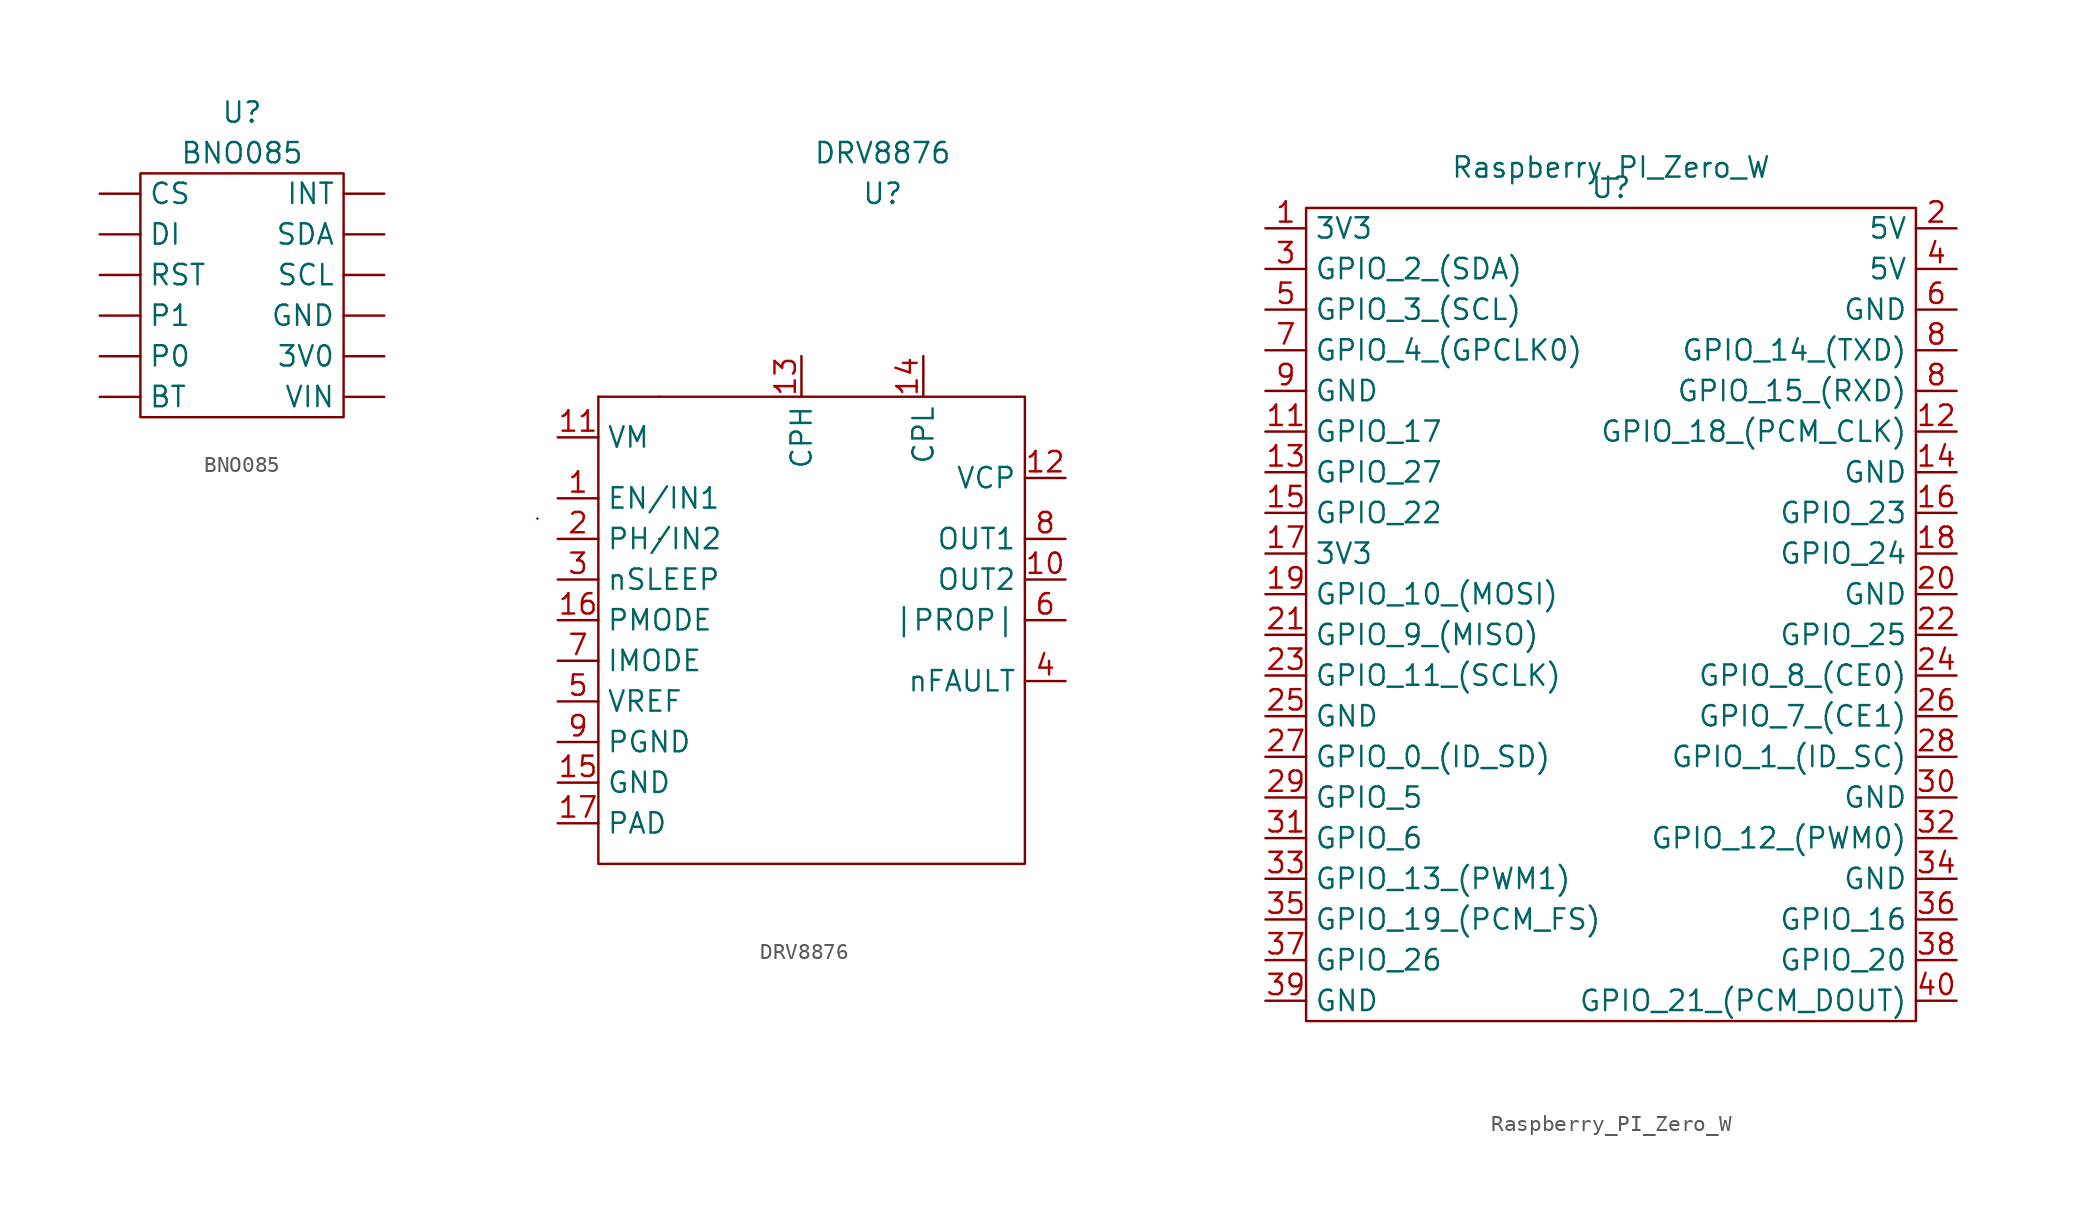
<source format=kicad_sym>
(kicad_symbol_lib
  (version 20211014)
  (generator kicad_symbol_editor)
  (symbol "BNO085"
    (property "Reference" "U"
      (at 0 2.54 0)
      (effects (font (size 1.27 1.27))))
    (property "Value" "BNO085"
      (at 0 0 0)
      (effects (font (size 1.27 1.27))))
    (symbol "BNO085_0_1"
      (rectangle (start -6.35 -1.27) (end 6.35 -16.51) (stroke (width 0) (type default) (color 0 0 0 0)) (fill (type none))))
    (symbol "BNO085_1_1"
      (pin input line (at 8.89 -12.7 180) (length 2.54) (name "3V0" (effects (font (size 1.27 1.27)))) (number "" (effects (font (size 1.27 1.27)))))
      (pin input line (at -8.89 -15.24 0) (length 2.54) (name "BT" (effects (font (size 1.27 1.27)))) (number "" (effects (font (size 1.27 1.27)))))
      (pin input line (at -8.89 -2.54 0) (length 2.54) (name "CS" (effects (font (size 1.27 1.27)))) (number "" (effects (font (size 1.27 1.27)))))
      (pin input line (at -8.89 -5.08 0) (length 2.54) (name "DI" (effects (font (size 1.27 1.27)))) (number "" (effects (font (size 1.27 1.27)))))
      (pin input line (at 8.89 -10.16 180) (length 2.54) (name "GND" (effects (font (size 1.27 1.27)))) (number "" (effects (font (size 1.27 1.27)))))
      (pin input line (at 8.89 -2.54 180) (length 2.54) (name "INT" (effects (font (size 1.27 1.27)))) (number "" (effects (font (size 1.27 1.27)))))
      (pin input line (at -8.89 -12.7 0) (length 2.54) (name "P0" (effects (font (size 1.27 1.27)))) (number "" (effects (font (size 1.27 1.27)))))
      (pin input line (at -8.89 -10.16 0) (length 2.54) (name "P1" (effects (font (size 1.27 1.27)))) (number "" (effects (font (size 1.27 1.27)))))
      (pin input line (at -8.89 -7.62 0) (length 2.54) (name "RST" (effects (font (size 1.27 1.27)))) (number "" (effects (font (size 1.27 1.27)))))
      (pin bidirectional line (at 8.89 -7.62 180) (length 2.54) (name "SCL" (effects (font (size 1.27 1.27)))) (number "" (effects (font (size 1.27 1.27)))))
      (pin bidirectional line (at 8.89 -5.08 180) (length 2.54) (name "SDA" (effects (font (size 1.27 1.27)))) (number "" (effects (font (size 1.27 1.27)))))
      (pin input line (at 8.89 -15.24 180) (length 2.54) (name "VIN" (effects (font (size 1.27 1.27)))) (number "" (effects (font (size 1.27 1.27)))))))
  (symbol "DRV8876"
    (property "Reference" "U"
      (at 2.54 3.81 0)
      (effects (font (size 1.27 1.27))))
    (property "Value" "DRV8876"
      (at 2.54 6.35 0)
      (effects (font (size 1.27 1.27))))
    (symbol "DRV8876_0_1"
      (rectangle (start -19.05 -16.51) (end -19.05 -16.51) (stroke (width 0) (type default) (color 0 0 0 0)) (fill (type none)))
      (rectangle (start -15.24 -8.89) (end -15.24 -8.89) (stroke (width 0) (type default) (color 0 0 0 0)) (fill (type none)))
      (rectangle (start -15.24 -8.89) (end 11.43 -38.1) (stroke (width 0) (type default) (color 0 0 0 0)) (fill (type none)))
      (rectangle (start -11.43 -17.78) (end -11.43 -17.78) (stroke (width 0) (type default) (color 0 0 0 0)) (fill (type none)))
      (rectangle (start -11.43 -8.89) (end -11.43 -8.89) (stroke (width 0) (type default) (color 0 0 0 0)) (fill (type none))))
    (symbol "DRV8876_1_1"
      (pin input line (at -17.78 -15.24 0) (length 2.54) (name "EN/IN1" (effects (font (size 1.27 1.27)))) (number "1" (effects (font (size 1.27 1.27)))))
      (pin output line (at 13.97 -20.32 180) (length 2.54) (name "OUT2" (effects (font (size 1.27 1.27)))) (number "10" (effects (font (size 1.27 1.27)))))
      (pin unspecified line (at -17.78 -11.43 0) (length 2.54) (name "VM" (effects (font (size 1.27 1.27)))) (number "11" (effects (font (size 1.27 1.27)))))
      (pin unspecified line (at 13.97 -13.97 180) (length 2.54) (name "VCP" (effects (font (size 1.27 1.27)))) (number "12" (effects (font (size 1.27 1.27)))))
      (pin unspecified line (at -2.54 -6.35 270) (length 2.54) (name "CPH" (effects (font (size 1.27 1.27)))) (number "13" (effects (font (size 1.27 1.27)))))
      (pin unspecified line (at 5.08 -6.35 270) (length 2.54) (name "CPL" (effects (font (size 1.27 1.27)))) (number "14" (effects (font (size 1.27 1.27)))))
      (pin power_in line (at -17.78 -33.02 0) (length 2.54) (name "GND" (effects (font (size 1.27 1.27)))) (number "15" (effects (font (size 1.27 1.27)))))
      (pin input line (at -17.78 -22.86 0) (length 2.54) (name "PMODE" (effects (font (size 1.27 1.27)))) (number "16" (effects (font (size 1.27 1.27)))))
      (pin power_in line (at -17.78 -35.56 0) (length 2.54) (name "PAD" (effects (font (size 1.27 1.27)))) (number "17" (effects (font (size 1.27 1.27)))))
      (pin input line (at -17.78 -17.78 0) (length 2.54) (name "PH/IN2" (effects (font (size 1.27 1.27)))) (number "2" (effects (font (size 1.27 1.27)))))
      (pin input line (at -17.78 -20.32 0) (length 2.54) (name "nSLEEP" (effects (font (size 1.27 1.27)))) (number "3" (effects (font (size 1.27 1.27)))))
      (pin output line (at 13.97 -26.67 180) (length 2.54) (name "nFAULT" (effects (font (size 1.27 1.27)))) (number "4" (effects (font (size 1.27 1.27)))))
      (pin input line (at -17.78 -27.94 0) (length 2.54) (name "VREF" (effects (font (size 1.27 1.27)))) (number "5" (effects (font (size 1.27 1.27)))))
      (pin output line (at 13.97 -22.86 180) (length 2.54) (name "|PROP|" (effects (font (size 1.27 1.27)))) (number "6" (effects (font (size 1.27 1.27)))))
      (pin input line (at -17.78 -25.4 0) (length 2.54) (name "IMODE" (effects (font (size 1.27 1.27)))) (number "7" (effects (font (size 1.27 1.27)))))
      (pin output line (at 13.97 -17.78 180) (length 2.54) (name "OUT1" (effects (font (size 1.27 1.27)))) (number "8" (effects (font (size 1.27 1.27)))))
      (pin power_in line (at -17.78 -30.48 0) (length 2.54) (name "PGND" (effects (font (size 1.27 1.27)))) (number "9" (effects (font (size 1.27 1.27)))))))
  (symbol "Raspberry_PI_Zero_W"
    (property "Reference" "U"
      (at 0 0 0)
      (effects (font (size 1.27 1.27))))
    (property "Value" "Raspberry_PI_Zero_W"
      (at 0 1.27 0)
      (effects (font (size 1.27 1.27))))
    (symbol "Raspberry_PI_Zero_W_0_1"
      (rectangle (start -19.05 -1.27) (end 19.05 -52.07) (stroke (width 0) (type default) (color 0 0 0 0)) (fill (type none))))
    (symbol "Raspberry_PI_Zero_W_1_1"
      (pin input line (at -21.59 -2.54 0) (length 2.54) (name "3V3" (effects (font (size 1.27 1.27)))) (number "1" (effects (font (size 1.27 1.27)))))
      (pin input line (at -21.59 -15.24 0) (length 2.54) (name "GPIO_17" (effects (font (size 1.27 1.27)))) (number "11" (effects (font (size 1.27 1.27)))))
      (pin input line (at 21.59 -15.24 180) (length 2.54) (name "GPIO_18_(PCM_CLK)" (effects (font (size 1.27 1.27)))) (number "12" (effects (font (size 1.27 1.27)))))
      (pin input line (at -21.59 -17.78 0) (length 2.54) (name "GPIO_27" (effects (font (size 1.27 1.27)))) (number "13" (effects (font (size 1.27 1.27)))))
      (pin input line (at 21.59 -17.78 180) (length 2.54) (name "GND" (effects (font (size 1.27 1.27)))) (number "14" (effects (font (size 1.27 1.27)))))
      (pin input line (at -21.59 -20.32 0) (length 2.54) (name "GPIO_22" (effects (font (size 1.27 1.27)))) (number "15" (effects (font (size 1.27 1.27)))))
      (pin input line (at 21.59 -20.32 180) (length 2.54) (name "GPIO_23" (effects (font (size 1.27 1.27)))) (number "16" (effects (font (size 1.27 1.27)))))
      (pin input line (at -21.59 -22.86 0) (length 2.54) (name "3V3" (effects (font (size 1.27 1.27)))) (number "17" (effects (font (size 1.27 1.27)))))
      (pin input line (at 21.59 -22.86 180) (length 2.54) (name "GPIO_24" (effects (font (size 1.27 1.27)))) (number "18" (effects (font (size 1.27 1.27)))))
      (pin input line (at -21.59 -25.4 0) (length 2.54) (name "GPIO_10_(MOSI)" (effects (font (size 1.27 1.27)))) (number "19" (effects (font (size 1.27 1.27)))))
      (pin input line (at 21.59 -2.54 180) (length 2.54) (name "5V" (effects (font (size 1.27 1.27)))) (number "2" (effects (font (size 1.27 1.27)))))
      (pin input line (at 21.59 -25.4 180) (length 2.54) (name "GND" (effects (font (size 1.27 1.27)))) (number "20" (effects (font (size 1.27 1.27)))))
      (pin input line (at -21.59 -27.94 0) (length 2.54) (name "GPIO_9_(MISO)" (effects (font (size 1.27 1.27)))) (number "21" (effects (font (size 1.27 1.27)))))
      (pin input line (at 21.59 -27.94 180) (length 2.54) (name "GPIO_25" (effects (font (size 1.27 1.27)))) (number "22" (effects (font (size 1.27 1.27)))))
      (pin input line (at -21.59 -30.48 0) (length 2.54) (name "GPIO_11_(SCLK)" (effects (font (size 1.27 1.27)))) (number "23" (effects (font (size 1.27 1.27)))))
      (pin input line (at 21.59 -30.48 180) (length 2.54) (name "GPIO_8_(CE0)" (effects (font (size 1.27 1.27)))) (number "24" (effects (font (size 1.27 1.27)))))
      (pin input line (at -21.59 -33.02 0) (length 2.54) (name "GND" (effects (font (size 1.27 1.27)))) (number "25" (effects (font (size 1.27 1.27)))))
      (pin input line (at 21.59 -33.02 180) (length 2.54) (name "GPIO_7_(CE1)" (effects (font (size 1.27 1.27)))) (number "26" (effects (font (size 1.27 1.27)))))
      (pin input line (at -21.59 -35.56 0) (length 2.54) (name "GPIO_0_(ID_SD)" (effects (font (size 1.27 1.27)))) (number "27" (effects (font (size 1.27 1.27)))))
      (pin input line (at 21.59 -35.56 180) (length 2.54) (name "GPIO_1_(ID_SC)" (effects (font (size 1.27 1.27)))) (number "28" (effects (font (size 1.27 1.27)))))
      (pin input line (at -21.59 -38.1 0) (length 2.54) (name "GPIO_5" (effects (font (size 1.27 1.27)))) (number "29" (effects (font (size 1.27 1.27)))))
      (pin input line (at -21.59 -5.08 0) (length 2.54) (name "GPIO_2_(SDA)" (effects (font (size 1.27 1.27)))) (number "3" (effects (font (size 1.27 1.27)))))
      (pin input line (at 21.59 -38.1 180) (length 2.54) (name "GND" (effects (font (size 1.27 1.27)))) (number "30" (effects (font (size 1.27 1.27)))))
      (pin input line (at -21.59 -40.64 0) (length 2.54) (name "GPIO_6" (effects (font (size 1.27 1.27)))) (number "31" (effects (font (size 1.27 1.27)))))
      (pin input line (at 21.59 -40.64 180) (length 2.54) (name "GPIO_12_(PWM0)" (effects (font (size 1.27 1.27)))) (number "32" (effects (font (size 1.27 1.27)))))
      (pin input line (at -21.59 -43.18 0) (length 2.54) (name "GPIO_13_(PWM1)" (effects (font (size 1.27 1.27)))) (number "33" (effects (font (size 1.27 1.27)))))
      (pin input line (at 21.59 -43.18 180) (length 2.54) (name "GND" (effects (font (size 1.27 1.27)))) (number "34" (effects (font (size 1.27 1.27)))))
      (pin input line (at -21.59 -45.72 0) (length 2.54) (name "GPIO_19_(PCM_FS)" (effects (font (size 1.27 1.27)))) (number "35" (effects (font (size 1.27 1.27)))))
      (pin input line (at 21.59 -45.72 180) (length 2.54) (name "GPIO_16" (effects (font (size 1.27 1.27)))) (number "36" (effects (font (size 1.27 1.27)))))
      (pin input line (at -21.59 -48.26 0) (length 2.54) (name "GPIO_26" (effects (font (size 1.27 1.27)))) (number "37" (effects (font (size 1.27 1.27)))))
      (pin input line (at 21.59 -48.26 180) (length 2.54) (name "GPIO_20" (effects (font (size 1.27 1.27)))) (number "38" (effects (font (size 1.27 1.27)))))
      (pin input line (at -21.59 -50.8 0) (length 2.54) (name "GND" (effects (font (size 1.27 1.27)))) (number "39" (effects (font (size 1.27 1.27)))))
      (pin input line (at 21.59 -5.08 180) (length 2.54) (name "5V" (effects (font (size 1.27 1.27)))) (number "4" (effects (font (size 1.27 1.27)))))
      (pin input line (at 21.59 -50.8 180) (length 2.54) (name "GPIO_21_(PCM_DOUT)" (effects (font (size 1.27 1.27)))) (number "40" (effects (font (size 1.27 1.27)))))
      (pin input line (at -21.59 -7.62 0) (length 2.54) (name "GPIO_3_(SCL)" (effects (font (size 1.27 1.27)))) (number "5" (effects (font (size 1.27 1.27)))))
      (pin input line (at 21.59 -7.62 180) (length 2.54) (name "GND" (effects (font (size 1.27 1.27)))) (number "6" (effects (font (size 1.27 1.27)))))
      (pin input line (at -21.59 -10.16 0) (length 2.54) (name "GPIO_4_(GPCLK0)" (effects (font (size 1.27 1.27)))) (number "7" (effects (font (size 1.27 1.27)))))
      (pin input line (at 21.59 -10.16 180) (length 2.54) (name "GPIO_14_(TXD)" (effects (font (size 1.27 1.27)))) (number "8" (effects (font (size 1.27 1.27)))))
      (pin input line (at 21.59 -12.7 180) (length 2.54) (name "GPIO_15_(RXD)" (effects (font (size 1.27 1.27)))) (number "8" (effects (font (size 1.27 1.27)))))
      (pin input line (at -21.59 -12.7 0) (length 2.54) (name "GND" (effects (font (size 1.27 1.27)))) (number "9" (effects (font (size 1.27 1.27))))))))
</source>
